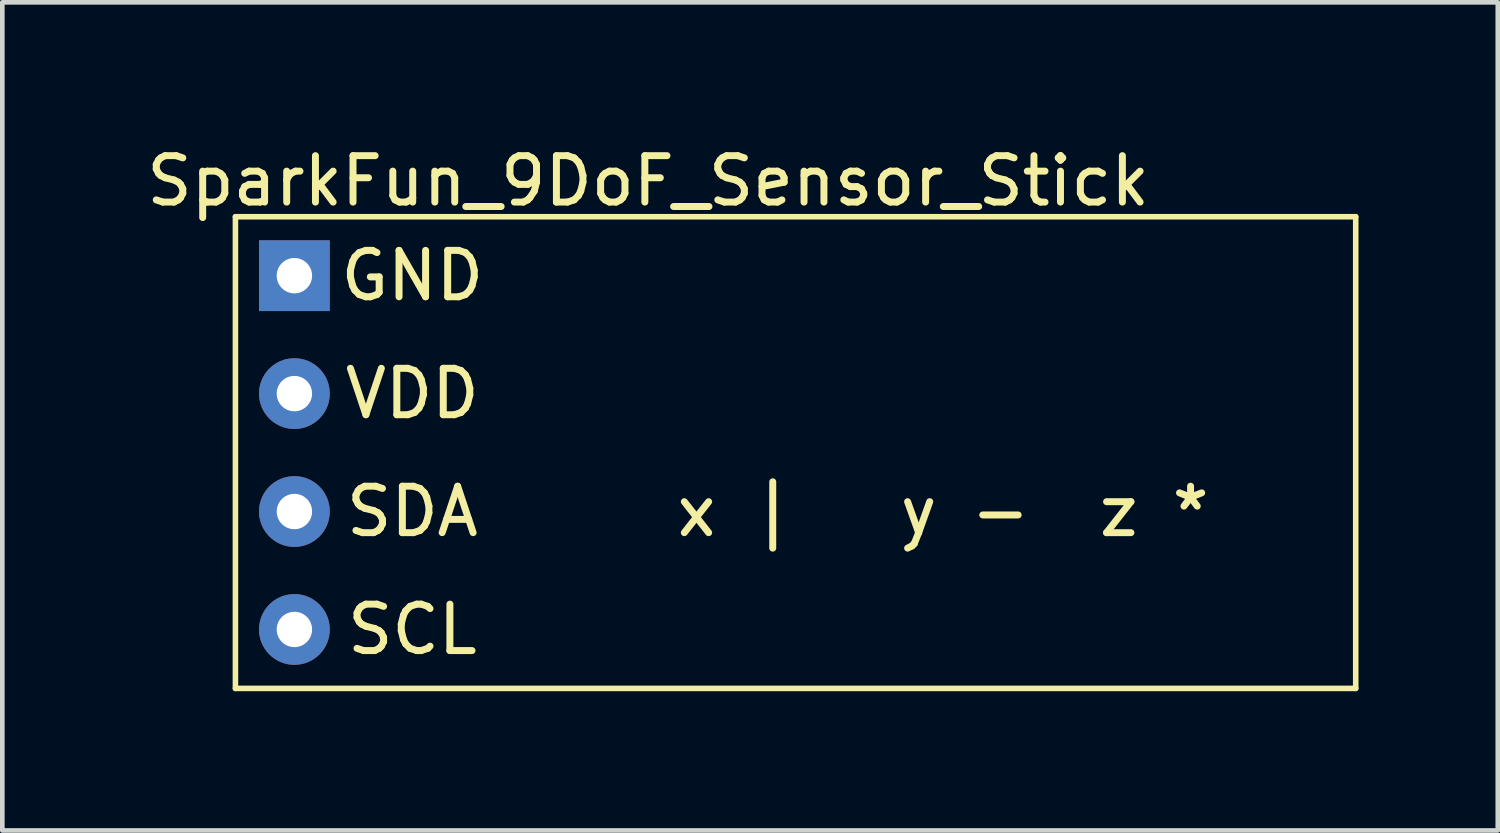
<source format=kicad_pcb>
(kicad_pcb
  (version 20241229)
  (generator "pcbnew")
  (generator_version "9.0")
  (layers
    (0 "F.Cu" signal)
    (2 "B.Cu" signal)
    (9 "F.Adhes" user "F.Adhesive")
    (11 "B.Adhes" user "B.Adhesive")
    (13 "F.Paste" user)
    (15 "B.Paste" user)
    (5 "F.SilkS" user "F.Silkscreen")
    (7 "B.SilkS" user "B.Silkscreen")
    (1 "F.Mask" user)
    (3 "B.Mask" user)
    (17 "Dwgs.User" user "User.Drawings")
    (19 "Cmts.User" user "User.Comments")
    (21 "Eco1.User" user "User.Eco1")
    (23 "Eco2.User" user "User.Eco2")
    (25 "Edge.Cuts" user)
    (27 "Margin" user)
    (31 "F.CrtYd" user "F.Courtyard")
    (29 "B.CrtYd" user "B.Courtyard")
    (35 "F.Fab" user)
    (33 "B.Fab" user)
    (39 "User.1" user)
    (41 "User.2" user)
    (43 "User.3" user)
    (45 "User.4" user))
  (footprint "SparkFun_9DoF_Sensor_Stick"
    (layer "F.Cu")
    (at 10.911 0.348)
    (property "Reference" "SparkFun_9DoF_Sensor_Stick" (at 0 0.5 0) (layer "F.SilkS") (effects (font (size 1 1) (thickness 0.15))))
    (attr through_hole)
    (fp_line (start -8.89 1.27) (end -8.89 11.43) (stroke (width 0.12) (type solid)) (layer "F.SilkS"))
    (fp_line (start -8.89 11.43) (end 15.24 11.43) (stroke (width 0.12) (type solid)) (layer "F.SilkS"))
    (fp_line (start 15.24 1.27) (end -8.89 1.27) (stroke (width 0.12) (type solid)) (layer "F.SilkS"))
    (fp_line (start 15.24 11.43) (end 15.24 1.27) (stroke (width 0.12) (type solid)) (layer "F.SilkS"))
    (fp_text user "GND" (at -5.08 2.54 0) (layer "F.SilkS") (effects (font (size 1 1) (thickness 0.15))))
    (fp_text user "SDA" (at -5.08 7.62 0) (layer "F.SilkS") (effects (font (size 1 1) (thickness 0.15))))
    (fp_text user "SCL" (at -5.08 10.16 0) (layer "F.SilkS") (effects (font (size 1 1) (thickness 0.15))))
    (fp_text user "VDD" (at -5.08 5.08 0) (layer "F.SilkS") (effects (font (size 1 1) (thickness 0.15))))
    (fp_text user "x |   y -  z *" (at 6.35 7.62 0) (layer "F.SilkS") (effects (font (size 1 1) (thickness 0.15))))
    (pad "1" thru_hole rect (at -7.62 2.54) (size 1.524 1.524) (drill 0.762) (layers "*.Cu" "*.Mask"))
    (pad "2" thru_hole circle (at -7.62 5.08) (size 1.524 1.524) (drill 0.762) (layers "*.Cu" "*.Mask"))
    (pad "3" thru_hole circle (at -7.62 7.62) (size 1.524 1.524) (drill 0.762) (layers "*.Cu" "*.Mask"))
    (pad "4" thru_hole circle (at -7.62 10.16) (size 1.524 1.524) (drill 0.762) (layers "*.Cu" "*.Mask")))
  (gr_rect
    (start -3 -3)
    (end 29.211 14.838)
    (stroke (width 0.1) (type default))
    (fill no)
    (layer "Edge.Cuts")))
</source>
